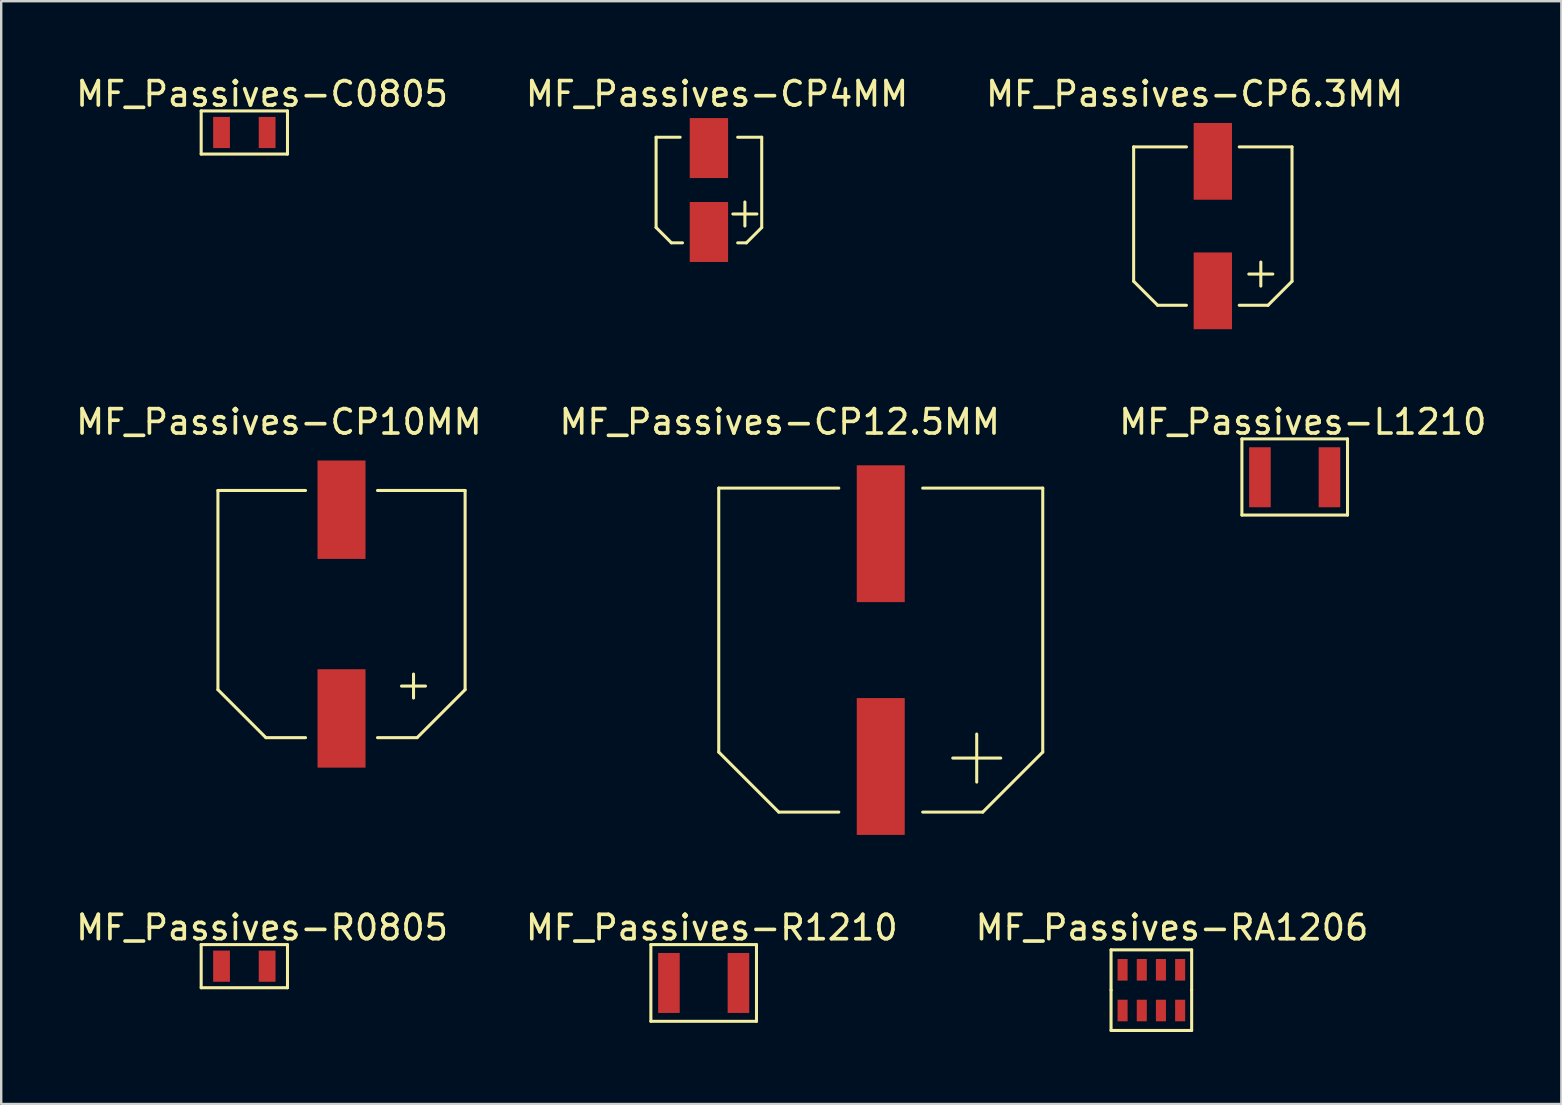
<source format=kicad_pcb>
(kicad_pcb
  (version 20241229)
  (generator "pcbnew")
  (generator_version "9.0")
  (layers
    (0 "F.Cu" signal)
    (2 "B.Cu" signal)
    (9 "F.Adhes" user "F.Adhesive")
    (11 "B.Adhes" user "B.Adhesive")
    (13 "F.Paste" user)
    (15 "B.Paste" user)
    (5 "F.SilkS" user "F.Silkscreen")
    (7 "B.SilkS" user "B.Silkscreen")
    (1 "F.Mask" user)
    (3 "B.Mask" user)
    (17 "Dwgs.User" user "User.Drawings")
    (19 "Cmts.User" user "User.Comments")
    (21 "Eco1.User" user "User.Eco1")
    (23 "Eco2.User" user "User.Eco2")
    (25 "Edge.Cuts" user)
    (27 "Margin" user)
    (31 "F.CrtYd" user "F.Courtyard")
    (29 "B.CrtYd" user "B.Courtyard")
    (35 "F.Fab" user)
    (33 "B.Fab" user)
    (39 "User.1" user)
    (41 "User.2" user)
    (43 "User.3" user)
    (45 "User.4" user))
  (footprint "MF_Passives-C0805"
    (layer "F.Cu")
    (at 7.129 2.47)
    (property "Reference" "MF_Passives-C0805" (at 0.739 -1.608 0) (layer "F.SilkS") (effects (font (size 1.016 1.016) (thickness 0.152))))
    (attr smd)
    (fp_line (start -1.798 -0.899) (end -1.798 0.899) (stroke (width 0.127) (type solid)) (layer "F.SilkS"))
    (fp_line (start -1.798 0.899) (end 1.798 0.899) (stroke (width 0.127) (type solid)) (layer "F.SilkS"))
    (fp_line (start 1.798 -0.899) (end -1.798 -0.899) (stroke (width 0.127) (type solid)) (layer "F.SilkS"))
    (fp_line (start 1.798 0.899) (end 1.798 -0.899) (stroke (width 0.127) (type solid)) (layer "F.SilkS"))
    (pad "1" smd rect (at -0.95 0 180) (size 0.699 1.298) (layers "F.Cu" "F.Mask" "F.Paste"))
    (pad "2" smd rect (at 0.95 0 180) (size 0.699 1.298) (layers "F.Cu" "F.Mask" "F.Paste")))
  (footprint "MF_Passives-CP6.3MM"
    (layer "F.Cu")
    (at 47.478 6.369)
    (property "Reference" "MF_Passives-CP6.3MM" (at -0.759 -5.507 0) (layer "F.SilkS") (effects (font (size 1.016 1.016) (thickness 0.152))))
    (attr smd)
    (fp_line (start -3.299 -3.299) (end -3.299 2.299) (stroke (width 0.127) (type solid)) (layer "F.SilkS"))
    (fp_line (start -3.299 2.299) (end -2.299 3.299) (stroke (width 0.127) (type solid)) (layer "F.SilkS"))
    (fp_line (start -2.299 3.299) (end -1.1 3.299) (stroke (width 0.127) (type solid)) (layer "F.SilkS"))
    (fp_line (start -1.1 -3.299) (end -3.299 -3.299) (stroke (width 0.127) (type solid)) (layer "F.SilkS"))
    (fp_line (start 1.1 -3.299) (end 3.299 -3.299) (stroke (width 0.127) (type solid)) (layer "F.SilkS"))
    (fp_line (start 1.499 1.999) (end 2.499 1.999) (stroke (width 0.127) (type solid)) (layer "F.SilkS"))
    (fp_line (start 1.999 1.499) (end 1.999 2.499) (stroke (width 0.127) (type solid)) (layer "F.SilkS"))
    (fp_line (start 2.299 3.299) (end 1.1 3.299) (stroke (width 0.127) (type solid)) (layer "F.SilkS"))
    (fp_line (start 3.299 -3.299) (end 3.299 2.299) (stroke (width 0.127) (type solid)) (layer "F.SilkS"))
    (fp_line (start 3.299 2.299) (end 2.299 3.299) (stroke (width 0.127) (type solid)) (layer "F.SilkS"))
    (pad "1" smd rect (at 0 2.697 90) (size 3.198 1.598) (layers "F.Cu" "F.Mask" "F.Paste"))
    (pad "2" smd rect (at 0 -2.697 90) (size 3.198 1.598) (layers "F.Cu" "F.Mask" "F.Paste")))
  (footprint "MF_Passives-CP4MM"
    (layer "F.Cu")
    (at 26.484 4.867)
    (property "Reference" "MF_Passives-CP4MM" (at 0.338 -4.006 0) (layer "F.SilkS") (effects (font (size 1.016 1.016) (thickness 0.152))))
    (attr smd)
    (fp_line (start -2.2 -2.2) (end -2.2 1.562) (stroke (width 0.127) (type solid)) (layer "F.SilkS"))
    (fp_line (start -2.2 1.562) (end -1.562 2.2) (stroke (width 0.127) (type solid)) (layer "F.SilkS"))
    (fp_line (start -1.562 2.2) (end -1.1 2.2) (stroke (width 0.127) (type solid)) (layer "F.SilkS"))
    (fp_line (start -1.199 -2.2) (end -2.2 -2.2) (stroke (width 0.127) (type solid)) (layer "F.SilkS"))
    (fp_line (start 1.199 -2.2) (end 2.2 -2.2) (stroke (width 0.127) (type solid)) (layer "F.SilkS"))
    (fp_line (start 1.499 0.498) (end 1.499 1.499) (stroke (width 0.127) (type solid)) (layer "F.SilkS"))
    (fp_line (start 1.562 2.2) (end 1.199 2.2) (stroke (width 0.127) (type solid)) (layer "F.SilkS"))
    (fp_line (start 1.999 0.998) (end 0.998 0.998) (stroke (width 0.127) (type solid)) (layer "F.SilkS"))
    (fp_line (start 2.2 -2.2) (end 2.2 1.562) (stroke (width 0.127) (type solid)) (layer "F.SilkS"))
    (fp_line (start 2.2 1.562) (end 1.562 2.2) (stroke (width 0.127) (type solid)) (layer "F.SilkS"))
    (pad "1" smd rect (at 0 1.748 90) (size 2.499 1.598) (layers "F.Cu" "F.Mask" "F.Paste"))
    (pad "2" smd rect (at 0 -1.748 90) (size 2.499 1.598) (layers "F.Cu" "F.Mask" "F.Paste")))
  (footprint "MF_Passives-R1210"
    (layer "F.Cu")
    (at 26.266 37.901)
    (property "Reference" "MF_Passives-R1210" (at 0.338 -2.306 0) (layer "F.SilkS") (effects (font (size 1.016 1.016) (thickness 0.152))))
    (attr smd)
    (fp_line (start -2.2 -1.598) (end -2.2 1.598) (stroke (width 0.127) (type solid)) (layer "F.SilkS"))
    (fp_line (start -2.2 1.598) (end 2.2 1.598) (stroke (width 0.127) (type solid)) (layer "F.SilkS"))
    (fp_line (start 2.2 -1.598) (end -2.2 -1.598) (stroke (width 0.127) (type solid)) (layer "F.SilkS"))
    (fp_line (start 2.2 1.598) (end 2.2 -1.598) (stroke (width 0.127) (type solid)) (layer "F.SilkS"))
    (pad "1" smd rect (at -1.448 0 180) (size 0.899 2.499) (layers "F.Cu" "F.Mask" "F.Paste"))
    (pad "2" smd rect (at 1.448 0 180) (size 0.899 2.499) (layers "F.Cu" "F.Mask" "F.Paste")))
  (footprint "MF_Passives-RA1206"
    (layer "F.Cu")
    (at 44.917 38.201)
    (property "Reference" "MF_Passives-RA1206" (at 0.859 -2.606 0) (layer "F.SilkS") (effects (font (size 1.016 1.016) (thickness 0.152))))
    (attr smd)
    (fp_line (start -1.679 -1.679) (end 1.679 -1.679) (stroke (width 0.127) (type solid)) (layer "F.SilkS"))
    (fp_line (start -1.679 0) (end -1.679 -1.679) (stroke (width 0.127) (type solid)) (layer "F.SilkS"))
    (fp_line (start -1.679 1.679) (end -1.679 0) (stroke (width 0.127) (type solid)) (layer "F.SilkS"))
    (fp_line (start 1.679 -1.679) (end 1.679 0) (stroke (width 0.127) (type solid)) (layer "F.SilkS"))
    (fp_line (start 1.679 0) (end 1.679 1.679) (stroke (width 0.127) (type solid)) (layer "F.SilkS"))
    (fp_line (start 1.679 1.679) (end -1.679 1.679) (stroke (width 0.127) (type solid)) (layer "F.SilkS"))
    (pad "1" smd rect (at -1.199 0.848) (size 0.419 0.899) (layers "F.Cu" "F.Mask" "F.Paste"))
    (pad "2" smd rect (at -0.399 0.848) (size 0.419 0.899) (layers "F.Cu" "F.Mask" "F.Paste"))
    (pad "3" smd rect (at 0.399 0.848) (size 0.419 0.899) (layers "F.Cu" "F.Mask" "F.Paste"))
    (pad "4" smd rect (at 1.199 0.848) (size 0.419 0.899) (layers "F.Cu" "F.Mask" "F.Paste"))
    (pad "5" smd rect (at 1.199 -0.848) (size 0.419 0.899) (layers "F.Cu" "F.Mask" "F.Paste"))
    (pad "6" smd rect (at 0.399 -0.848) (size 0.419 0.899) (layers "F.Cu" "F.Mask" "F.Paste"))
    (pad "7" smd rect (at -0.399 -0.848) (size 0.419 0.899) (layers "F.Cu" "F.Mask" "F.Paste"))
    (pad "8" smd rect (at -1.199 -0.848) (size 0.419 0.899) (layers "F.Cu" "F.Mask" "F.Paste")))
  (footprint "MF_Passives-CP12.5MM"
    (layer "F.Cu")
    (at 33.643 24.034)
    (property "Reference" "MF_Passives-CP12.5MM" (at -4.209 -9.507 0) (layer "F.SilkS") (effects (font (size 1.016 1.016) (thickness 0.152))))
    (attr smd)
    (fp_line (start -6.749 -6.749) (end -6.749 4.249) (stroke (width 0.127) (type solid)) (layer "F.SilkS"))
    (fp_line (start -6.749 4.249) (end -4.249 6.749) (stroke (width 0.127) (type solid)) (layer "F.SilkS"))
    (fp_line (start -4.249 6.749) (end -1.748 6.749) (stroke (width 0.127) (type solid)) (layer "F.SilkS"))
    (fp_line (start -1.748 -6.749) (end -6.749 -6.749) (stroke (width 0.127) (type solid)) (layer "F.SilkS"))
    (fp_line (start 1.748 -6.749) (end 6.749 -6.749) (stroke (width 0.127) (type solid)) (layer "F.SilkS"))
    (fp_line (start 3.998 3.498) (end 3.998 5.499) (stroke (width 0.127) (type solid)) (layer "F.SilkS"))
    (fp_line (start 4.249 6.749) (end 1.748 6.749) (stroke (width 0.127) (type solid)) (layer "F.SilkS"))
    (fp_line (start 4.999 4.498) (end 3 4.498) (stroke (width 0.127) (type solid)) (layer "F.SilkS"))
    (fp_line (start 6.749 -6.749) (end 6.749 4.249) (stroke (width 0.127) (type solid)) (layer "F.SilkS"))
    (fp_line (start 6.749 4.249) (end 4.249 6.749) (stroke (width 0.127) (type solid)) (layer "F.SilkS"))
    (pad "1" smd rect (at 0 4.849 90) (size 5.7 1.999) (layers "F.Cu" "F.Mask" "F.Paste"))
    (pad "2" smd rect (at 0 -4.849 90) (size 5.7 1.999) (layers "F.Cu" "F.Mask" "F.Paste")))
  (footprint "MF_Passives-CP10MM"
    (layer "F.Cu")
    (at 11.178 22.533)
    (property "Reference" "MF_Passives-CP10MM" (at -2.609 -8.006 0) (layer "F.SilkS") (effects (font (size 1.016 1.016) (thickness 0.152))))
    (attr smd)
    (fp_line (start -5.149 -5.149) (end -5.149 3.15) (stroke (width 0.127) (type solid)) (layer "F.SilkS"))
    (fp_line (start -5.149 3.15) (end -3.15 5.149) (stroke (width 0.127) (type solid)) (layer "F.SilkS"))
    (fp_line (start -3.15 5.149) (end -1.499 5.149) (stroke (width 0.127) (type solid)) (layer "F.SilkS"))
    (fp_line (start -1.499 -5.149) (end -5.149 -5.149) (stroke (width 0.127) (type solid)) (layer "F.SilkS"))
    (fp_line (start 1.499 -5.149) (end 5.149 -5.149) (stroke (width 0.127) (type solid)) (layer "F.SilkS"))
    (fp_line (start 2.499 3) (end 3.498 3) (stroke (width 0.127) (type solid)) (layer "F.SilkS"))
    (fp_line (start 3 2.499) (end 3 3.498) (stroke (width 0.127) (type solid)) (layer "F.SilkS"))
    (fp_line (start 3.15 5.149) (end 1.499 5.149) (stroke (width 0.127) (type solid)) (layer "F.SilkS"))
    (fp_line (start 5.149 -5.149) (end 5.149 3.15) (stroke (width 0.127) (type solid)) (layer "F.SilkS"))
    (fp_line (start 5.149 3.15) (end 3.15 5.149) (stroke (width 0.127) (type solid)) (layer "F.SilkS"))
    (pad "1" smd rect (at 0 4.348 90) (size 4.1 1.999) (layers "F.Cu" "F.Mask" "F.Paste"))
    (pad "2" smd rect (at 0 -4.348 90) (size 4.1 1.999) (layers "F.Cu" "F.Mask" "F.Paste")))
  (footprint "MF_Passives-L1210"
    (layer "F.Cu")
    (at 50.889 16.833)
    (property "Reference" "MF_Passives-L1210" (at 0.338 -2.306 0) (layer "F.SilkS") (effects (font (size 1.016 1.016) (thickness 0.152))))
    (attr smd)
    (fp_line (start -2.2 -1.598) (end -2.2 1.575) (stroke (width 0.127) (type solid)) (layer "F.SilkS"))
    (fp_line (start -2.2 1.575) (end 2.2 1.575) (stroke (width 0.127) (type solid)) (layer "F.SilkS"))
    (fp_line (start 2.2 -1.598) (end -2.2 -1.598) (stroke (width 0.127) (type solid)) (layer "F.SilkS"))
    (fp_line (start 2.2 1.575) (end 2.2 -1.598) (stroke (width 0.127) (type solid)) (layer "F.SilkS"))
    (pad "1" smd rect (at -1.448 0 180) (size 0.899 2.499) (layers "F.Cu" "F.Mask" "F.Paste"))
    (pad "2" smd rect (at 1.448 0 180) (size 0.899 2.499) (layers "F.Cu" "F.Mask" "F.Paste")))
  (footprint "MF_Passives-R0805"
    (layer "F.Cu")
    (at 7.129 37.202)
    (property "Reference" "MF_Passives-R0805" (at 0.739 -1.608 0) (layer "F.SilkS") (effects (font (size 1.016 1.016) (thickness 0.152))))
    (attr smd)
    (fp_line (start -1.798 -0.899) (end -1.798 0.899) (stroke (width 0.127) (type solid)) (layer "F.SilkS"))
    (fp_line (start -1.798 0.899) (end 1.798 0.899) (stroke (width 0.127) (type solid)) (layer "F.SilkS"))
    (fp_line (start 1.798 -0.899) (end -1.798 -0.899) (stroke (width 0.127) (type solid)) (layer "F.SilkS"))
    (fp_line (start 1.798 0.899) (end 1.798 -0.899) (stroke (width 0.127) (type solid)) (layer "F.SilkS"))
    (pad "1" smd rect (at -0.95 0 180) (size 0.699 1.298) (layers "F.Cu" "F.Mask" "F.Paste"))
    (pad "2" smd rect (at 0.95 0 180) (size 0.699 1.298) (layers "F.Cu" "F.Mask" "F.Paste")))
  (gr_rect
    (start -3 -3)
    (end 61.998 42.943)
    (stroke (width 0.1) (type default))
    (fill no)
    (layer "Edge.Cuts")))
</source>
